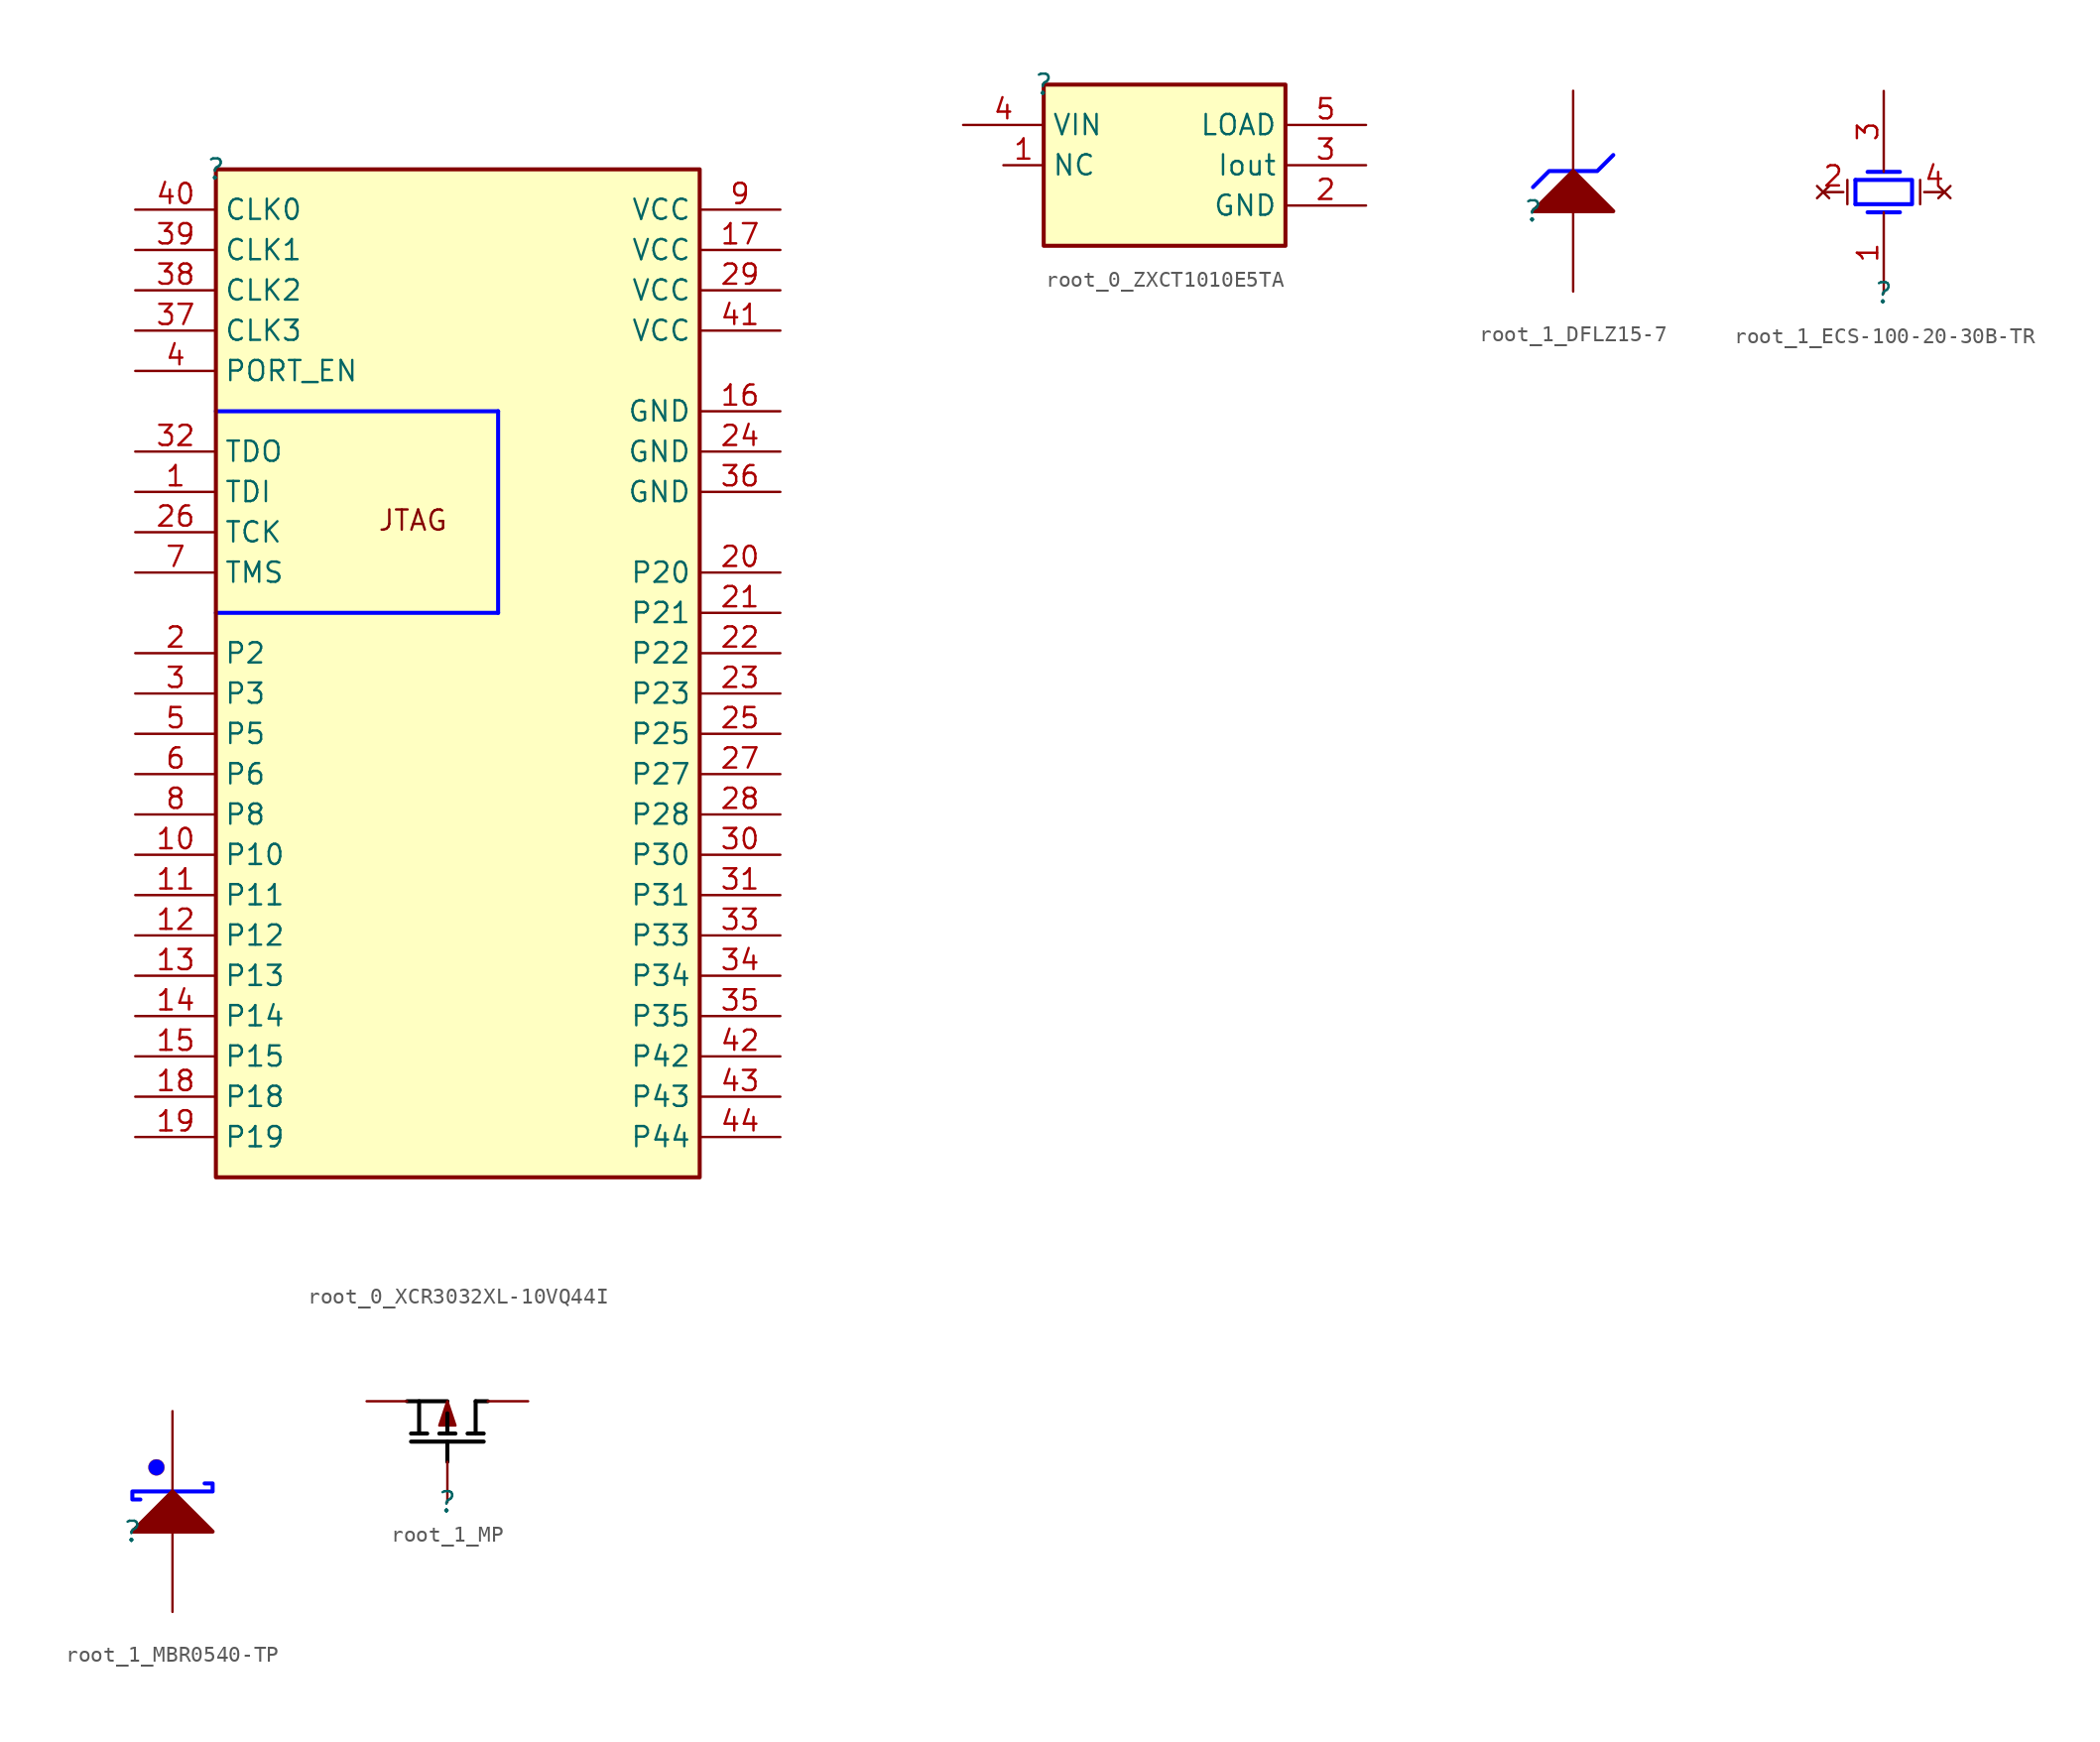
<source format=kicad_sym>
(kicad_symbol_lib
  (version 20231120)
  (generator "kicad_symbol_editor")
  (generator_version "8.0")
  (symbol "root_0_XCR3032XL-10VQ44I"
    (property "Reference" ""
      (at 0 0 0)
      (effects (font (size 1.27 1.27))))
    (property "Value" ""
      (at 0 0 0)
      (effects (font (size 1.27 1.27))))
    (symbol "root_0_XCR3032XL-10VQ44I_1_0"
      (polyline (pts (xy 0 -27.94) (xy 17.78 -27.94)) (stroke (width 0.254) (type solid) (color 0 0 255 1)) (fill (type none)))
      (polyline (pts (xy 0 -15.24) (xy 17.78 -15.24)) (stroke (width 0.254) (type solid) (color 0 0 255 1)) (fill (type none)))
      (polyline (pts (xy 17.78 -27.94) (xy 17.78 -15.24)) (stroke (width 0.254) (type solid) (color 0 0 255 1)) (fill (type none)))
      (rectangle (start 30.48 0) (end 0 -63.5) (stroke (width 0.254) (type solid)) (fill (type background)))
      (text "JTAG" (at 10.16 -22.86 0) (effects (font (size 1.27 1.27)) (justify left bottom)))
      (pin passive line (at -5.08 -20.32 0) (length 5.08) (name "TDI" (effects (font (size 1.27 1.27)))) (number "1" (effects (font (size 1.27 1.27)))))
      (pin passive line (at -5.08 -43.18 0) (length 5.08) (name "P10" (effects (font (size 1.27 1.27)))) (number "10" (effects (font (size 1.27 1.27)))))
      (pin passive line (at -5.08 -45.72 0) (length 5.08) (name "P11" (effects (font (size 1.27 1.27)))) (number "11" (effects (font (size 1.27 1.27)))))
      (pin passive line (at -5.08 -48.26 0) (length 5.08) (name "P12" (effects (font (size 1.27 1.27)))) (number "12" (effects (font (size 1.27 1.27)))))
      (pin passive line (at -5.08 -50.8 0) (length 5.08) (name "P13" (effects (font (size 1.27 1.27)))) (number "13" (effects (font (size 1.27 1.27)))))
      (pin passive line (at -5.08 -53.34 0) (length 5.08) (name "P14" (effects (font (size 1.27 1.27)))) (number "14" (effects (font (size 1.27 1.27)))))
      (pin passive line (at -5.08 -55.88 0) (length 5.08) (name "P15" (effects (font (size 1.27 1.27)))) (number "15" (effects (font (size 1.27 1.27)))))
      (pin passive line (at 35.56 -15.24 180) (length 5.08) (name "GND" (effects (font (size 1.27 1.27)))) (number "16" (effects (font (size 1.27 1.27)))))
      (pin passive line (at 35.56 -5.08 180) (length 5.08) (name "VCC" (effects (font (size 1.27 1.27)))) (number "17" (effects (font (size 1.27 1.27)))))
      (pin passive line (at -5.08 -58.42 0) (length 5.08) (name "P18" (effects (font (size 1.27 1.27)))) (number "18" (effects (font (size 1.27 1.27)))))
      (pin passive line (at -5.08 -60.96 0) (length 5.08) (name "P19" (effects (font (size 1.27 1.27)))) (number "19" (effects (font (size 1.27 1.27)))))
      (pin passive line (at -5.08 -30.48 0) (length 5.08) (name "P2" (effects (font (size 1.27 1.27)))) (number "2" (effects (font (size 1.27 1.27)))))
      (pin passive line (at 35.56 -25.4 180) (length 5.08) (name "P20" (effects (font (size 1.27 1.27)))) (number "20" (effects (font (size 1.27 1.27)))))
      (pin passive line (at 35.56 -27.94 180) (length 5.08) (name "P21" (effects (font (size 1.27 1.27)))) (number "21" (effects (font (size 1.27 1.27)))))
      (pin passive line (at 35.56 -30.48 180) (length 5.08) (name "P22" (effects (font (size 1.27 1.27)))) (number "22" (effects (font (size 1.27 1.27)))))
      (pin output line (at 35.56 -33.02 180) (length 5.08) (name "P23" (effects (font (size 1.27 1.27)))) (number "23" (effects (font (size 1.27 1.27)))))
      (pin passive line (at 35.56 -17.78 180) (length 5.08) (name "GND" (effects (font (size 1.27 1.27)))) (number "24" (effects (font (size 1.27 1.27)))))
      (pin output line (at 35.56 -35.56 180) (length 5.08) (name "P25" (effects (font (size 1.27 1.27)))) (number "25" (effects (font (size 1.27 1.27)))))
      (pin passive line (at -5.08 -22.86 0) (length 5.08) (name "TCK" (effects (font (size 1.27 1.27)))) (number "26" (effects (font (size 1.27 1.27)))))
      (pin output line (at 35.56 -38.1 180) (length 5.08) (name "P27" (effects (font (size 1.27 1.27)))) (number "27" (effects (font (size 1.27 1.27)))))
      (pin passive line (at 35.56 -40.64 180) (length 5.08) (name "P28" (effects (font (size 1.27 1.27)))) (number "28" (effects (font (size 1.27 1.27)))))
      (pin passive line (at 35.56 -7.62 180) (length 5.08) (name "VCC" (effects (font (size 1.27 1.27)))) (number "29" (effects (font (size 1.27 1.27)))))
      (pin passive line (at -5.08 -33.02 0) (length 5.08) (name "P3" (effects (font (size 1.27 1.27)))) (number "3" (effects (font (size 1.27 1.27)))))
      (pin passive line (at 35.56 -43.18 180) (length 5.08) (name "P30" (effects (font (size 1.27 1.27)))) (number "30" (effects (font (size 1.27 1.27)))))
      (pin passive line (at 35.56 -45.72 180) (length 5.08) (name "P31" (effects (font (size 1.27 1.27)))) (number "31" (effects (font (size 1.27 1.27)))))
      (pin passive line (at -5.08 -17.78 0) (length 5.08) (name "TDO" (effects (font (size 1.27 1.27)))) (number "32" (effects (font (size 1.27 1.27)))))
      (pin passive line (at 35.56 -48.26 180) (length 5.08) (name "P33" (effects (font (size 1.27 1.27)))) (number "33" (effects (font (size 1.27 1.27)))))
      (pin passive line (at 35.56 -50.8 180) (length 5.08) (name "P34" (effects (font (size 1.27 1.27)))) (number "34" (effects (font (size 1.27 1.27)))))
      (pin passive line (at 35.56 -53.34 180) (length 5.08) (name "P35" (effects (font (size 1.27 1.27)))) (number "35" (effects (font (size 1.27 1.27)))))
      (pin passive line (at 35.56 -20.32 180) (length 5.08) (name "GND" (effects (font (size 1.27 1.27)))) (number "36" (effects (font (size 1.27 1.27)))))
      (pin passive line (at -5.08 -10.16 0) (length 5.08) (name "CLK3" (effects (font (size 1.27 1.27)))) (number "37" (effects (font (size 1.27 1.27)))))
      (pin passive line (at -5.08 -7.62 0) (length 5.08) (name "CLK2" (effects (font (size 1.27 1.27)))) (number "38" (effects (font (size 1.27 1.27)))))
      (pin passive line (at -5.08 -5.08 0) (length 5.08) (name "CLK1" (effects (font (size 1.27 1.27)))) (number "39" (effects (font (size 1.27 1.27)))))
      (pin passive line (at -5.08 -12.7 0) (length 5.08) (name "PORT_EN" (effects (font (size 1.27 1.27)))) (number "4" (effects (font (size 1.27 1.27)))))
      (pin passive line (at -5.08 -2.54 0) (length 5.08) (name "CLK0" (effects (font (size 1.27 1.27)))) (number "40" (effects (font (size 1.27 1.27)))))
      (pin passive line (at 35.56 -10.16 180) (length 5.08) (name "VCC" (effects (font (size 1.27 1.27)))) (number "41" (effects (font (size 1.27 1.27)))))
      (pin passive line (at 35.56 -55.88 180) (length 5.08) (name "P42" (effects (font (size 1.27 1.27)))) (number "42" (effects (font (size 1.27 1.27)))))
      (pin passive line (at 35.56 -58.42 180) (length 5.08) (name "P43" (effects (font (size 1.27 1.27)))) (number "43" (effects (font (size 1.27 1.27)))))
      (pin passive line (at 35.56 -60.96 180) (length 5.08) (name "P44" (effects (font (size 1.27 1.27)))) (number "44" (effects (font (size 1.27 1.27)))))
      (pin passive line (at -5.08 -35.56 0) (length 5.08) (name "P5" (effects (font (size 1.27 1.27)))) (number "5" (effects (font (size 1.27 1.27)))))
      (pin passive line (at -5.08 -38.1 0) (length 5.08) (name "P6" (effects (font (size 1.27 1.27)))) (number "6" (effects (font (size 1.27 1.27)))))
      (pin passive line (at -5.08 -25.4 0) (length 5.08) (name "TMS" (effects (font (size 1.27 1.27)))) (number "7" (effects (font (size 1.27 1.27)))))
      (pin passive line (at -5.08 -40.64 0) (length 5.08) (name "P8" (effects (font (size 1.27 1.27)))) (number "8" (effects (font (size 1.27 1.27)))))
      (pin passive line (at 35.56 -2.54 180) (length 5.08) (name "VCC" (effects (font (size 1.27 1.27)))) (number "9" (effects (font (size 1.27 1.27)))))))
  (symbol "root_0_ZXCT1010E5TA"
    (property "Reference" ""
      (at 0 0 0)
      (effects (font (size 1.27 1.27))))
    (property "Value" ""
      (at 0 0 0)
      (effects (font (size 1.27 1.27))))
    (symbol "root_0_ZXCT1010E5TA_1_0"
      (rectangle (start 15.24 0) (end 0 -10.16) (stroke (width 0.254) (type solid)) (fill (type background)))
      (pin tri_state line (at -2.54 -5.08 0) (length 2.54) (name "NC" (effects (font (size 1.27 1.27)))) (number "1" (effects (font (size 1.27 1.27)))))
      (pin power_in line (at 20.32 -7.62 180) (length 5.08) (name "GND" (effects (font (size 1.27 1.27)))) (number "2" (effects (font (size 1.27 1.27)))))
      (pin passive line (at 20.32 -5.08 180) (length 5.08) (name "Iout" (effects (font (size 1.27 1.27)))) (number "3" (effects (font (size 1.27 1.27)))))
      (pin power_in line (at -5.08 -2.54 0) (length 5.08) (name "VIN" (effects (font (size 1.27 1.27)))) (number "4" (effects (font (size 1.27 1.27)))))
      (pin passive line (at 20.32 -2.54 180) (length 5.08) (name "LOAD" (effects (font (size 1.27 1.27)))) (number "5" (effects (font (size 1.27 1.27)))))))
  (symbol "root_1_DFLZ15-7"
    (property "Reference" ""
      (at 0 0 0)
      (effects (font (size 1.27 1.27))))
    (property "Value" ""
      (at 0 0 0)
      (effects (font (size 1.27 1.27))))
    (symbol "root_1_DFLZ15-7_1_0"
      (polyline (pts (xy 5.08 0) (xy 2.54 2.54) (xy 0 0) (xy 5.08 0)) (stroke (width 0.254) (type solid)) (fill (type outline)))
      (polyline (pts (xy 5.08 3.556) (xy 4.064 2.54) (xy 1.016 2.54) (xy 0 1.524)) (stroke (width 0.254) (type solid) (color 0 0 255 1)) (fill (type none)))
      (pin passive line (at 2.54 7.62 270) (length 5.08) (name "C" (effects (font (size 0 0)))) (number "1" (effects (font (size 0 0)))))
      (pin passive line (at 2.54 -5.08 90) (length 5.08) (name "A" (effects (font (size 0 0)))) (number "2" (effects (font (size 0 0)))))))
  (symbol "root_1_ECS-100-20-30B-TR"
    (property "Reference" ""
      (at 0 0 0)
      (effects (font (size 1.27 1.27))))
    (property "Value" ""
      (at 0 0 0)
      (effects (font (size 1.27 1.27))))
    (symbol "root_1_ECS-100-20-30B-TR_0_1"
      (polyline (pts (xy -2.286 7.112) (xy -2.286 5.588)) (stroke (width 0) (type default)) (fill (type none)))
      (polyline (pts (xy 2.286 7.112) (xy 2.286 5.588)) (stroke (width 0) (type default)) (fill (type none))))
    (symbol "root_1_ECS-100-20-30B-TR_1_0"
      (polyline (pts (xy -1.778 5.588) (xy -1.778 7.112)) (stroke (width 0.254) (type solid) (color 0 0 255 1)) (fill (type none)))
      (polyline (pts (xy -1.016 5.08) (xy 1.016 5.08)) (stroke (width 0.254) (type solid) (color 0 0 255 1)) (fill (type none)))
      (polyline (pts (xy -1.016 7.62) (xy 1.016 7.62)) (stroke (width 0.254) (type solid) (color 0 0 255 1)) (fill (type none)))
      (polyline (pts (xy -1.778 7.112) (xy 1.778 7.112) (xy 1.778 5.588) (xy -1.778 5.588)) (stroke (width 0.254) (type solid) (color 0 0 255 1)) (fill (type none)))
      (pin passive line (at 0 0 90) (length 5.08) (name "OSC1" (effects (font (size 0 0)))) (number "1" (effects (font (size 1.27 1.27)))))
      (pin passive line (at 0 12.7 270) (length 5.08) (name "OSC2" (effects (font (size 0 0)))) (number "3" (effects (font (size 1.27 1.27))))))
    (symbol "root_1_ECS-100-20-30B-TR_1_1"
      (pin no_connect line (at -3.81 6.35 0) (length 1.27) (name "GND" (effects (font (size 0 0)))) (number "2" (effects (font (size 1.27 1.27)))))
      (pin no_connect line (at 3.81 6.35 180) (length 1.27) (name "GND" (effects (font (size 0 0)))) (number "4" (effects (font (size 1.27 1.27)))))))
  (symbol "root_1_MBR0540-TP"
    (property "Reference" ""
      (at 0 0 0)
      (effects (font (size 1.27 1.27))))
    (property "Value" ""
      (at 0 0 0)
      (effects (font (size 1.27 1.27))))
    (symbol "root_1_MBR0540-TP_1_0"
      (polyline (pts (xy 5.08 0) (xy 2.54 2.54) (xy 0 0) (xy 5.08 0)) (stroke (width 0.254) (type solid)) (fill (type outline)))
      (polyline (pts (xy 4.572 3.048) (xy 5.08 3.048) (xy 5.08 2.54) (xy 0 2.54) (xy 0 2.032) (xy 0.508 2.032)) (stroke (width 0.254) (type solid) (color 0 0 255 1)) (fill (type none)))
      (circle (center 1.524 4.064) (radius 0.508) (stroke (width 0.0001) (type solid)) (fill (type color) (color 0 0 255 1)))
      (pin passive line (at 2.54 7.62 270) (length 5.08) (name "C" (effects (font (size 0 0)))) (number "1" (effects (font (size 0 0)))))
      (pin passive line (at 2.54 -5.08 90) (length 5.08) (name "A" (effects (font (size 0 0)))) (number "2" (effects (font (size 0 0)))))))
  (symbol "root_1_MP"
    (property "Reference" ""
      (at 0 0 0)
      (effects (font (size 1.27 1.27))))
    (property "Value" ""
      (at 0 0 0)
      (effects (font (size 1.27 1.27))))
    (symbol "root_1_MP_1_0"
      (polyline (pts (xy -2.286 3.81) (xy 2.286 3.81)) (stroke (width 0.254) (type solid) (color 0 0 0 1)) (fill (type none)))
      (polyline (pts (xy -2.286 4.318) (xy -1.27 4.318)) (stroke (width 0.254) (type solid) (color 0 0 0 1)) (fill (type none)))
      (polyline (pts (xy -1.778 6.35) (xy -1.778 4.318)) (stroke (width 0.254) (type solid) (color 0 0 0 1)) (fill (type none)))
      (polyline (pts (xy 0 2.54) (xy 0 3.81)) (stroke (width 0.254) (type solid) (color 0 0 0 1)) (fill (type none)))
      (polyline (pts (xy 0 5.588) (xy 0 4.318)) (stroke (width 0.254) (type solid) (color 0 0 0 1)) (fill (type none)))
      (polyline (pts (xy 0 6.35) (xy -2.54 6.35)) (stroke (width 0.254) (type solid) (color 0 0 0 1)) (fill (type none)))
      (polyline (pts (xy 0.508 4.318) (xy -0.508 4.318)) (stroke (width 0.254) (type solid) (color 0 0 0 1)) (fill (type none)))
      (polyline (pts (xy 1.778 6.35) (xy 1.778 4.318)) (stroke (width 0.254) (type solid) (color 0 0 0 1)) (fill (type none)))
      (polyline (pts (xy 2.286 4.318) (xy 1.27 4.318)) (stroke (width 0.254) (type solid) (color 0 0 0 1)) (fill (type none)))
      (polyline (pts (xy 2.54 6.35) (xy 1.778 6.35)) (stroke (width 0.254) (type solid) (color 0 0 0 1)) (fill (type none)))
      (polyline (pts (xy 0 6.35) (xy -0.508 4.826) (xy 0.508 4.826) (xy 0 6.35)) (stroke (width 0) (type solid)) (fill (type outline)))
      (pin passive line (at 0 0 90) (length 2.54) (name "G" (effects (font (size 0 0)))) (number "1" (effects (font (size 0 0)))))
      (pin passive line (at -5.08 6.35 0) (length 2.54) (name "S" (effects (font (size 0 0)))) (number "2" (effects (font (size 0 0)))))
      (pin passive line (at 5.08 6.35 180) (length 2.54) (name "D" (effects (font (size 0 0)))) (number "3" (effects (font (size 0 0))))))))
</source>
